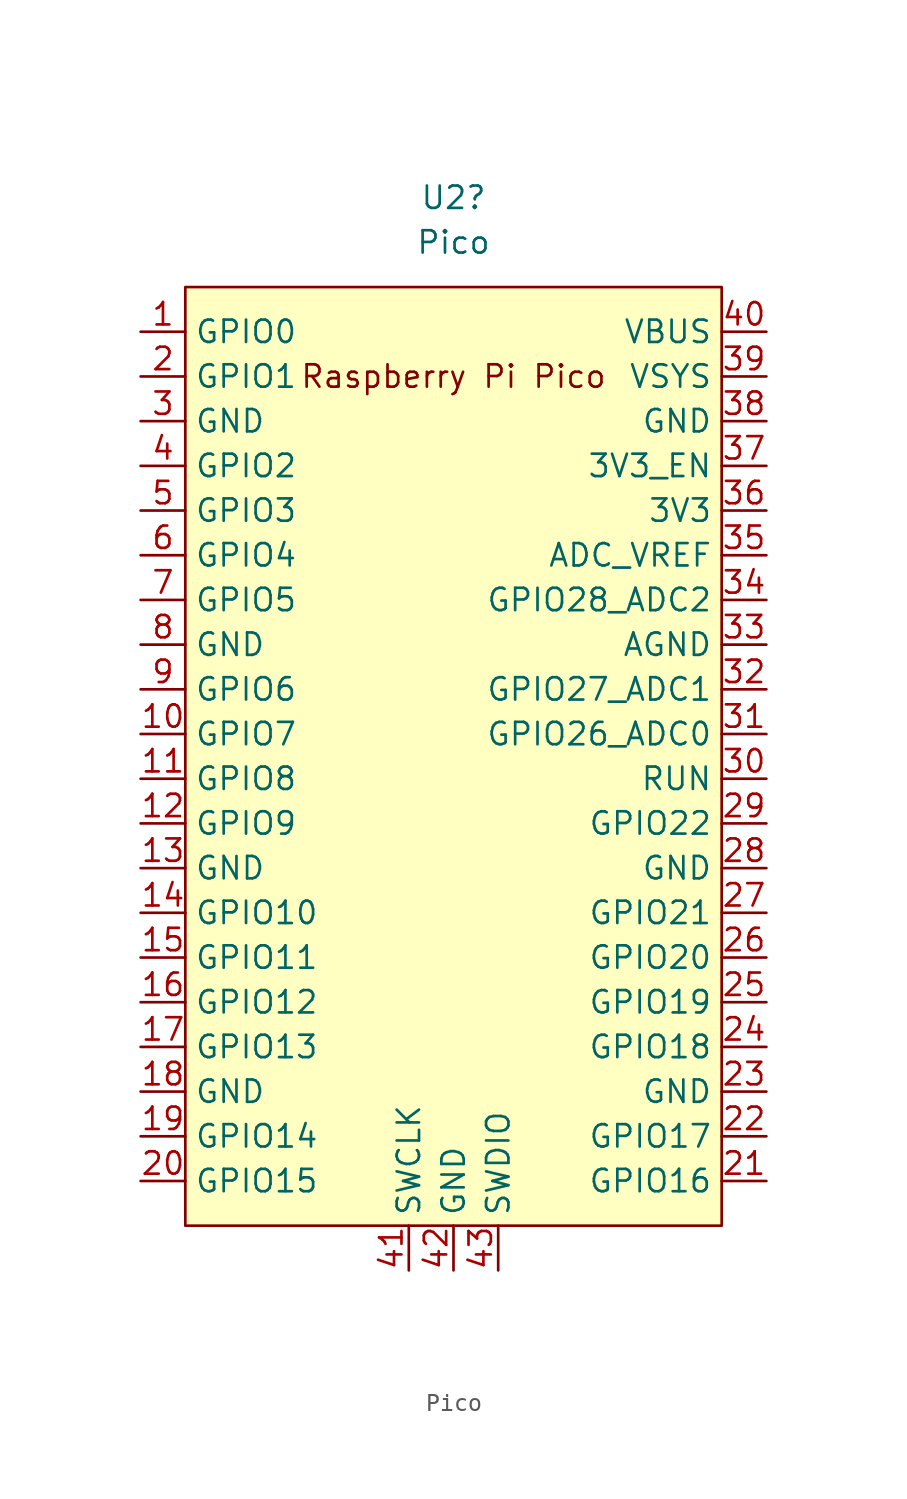
<source format=kicad_sym>
(kicad_symbol_lib
  (version 20211014)
  (generator kicad_symbol_editor)
  (symbol "Pico"
    (property "Reference" "U2"
      (at 0 31.75 0)
      (effects (font (size 1.27 1.27))))
    (property "Value" "Pico"
      (at 0 29.21 0)
      (effects (font (size 1.27 1.27))))
    (symbol "Pico_0_0"
      (text "Raspberry Pi Pico" (at 0 21.59 0) (effects (font (size 1.27 1.27)))))
    (symbol "Pico_0_1"
      (rectangle (start -15.24 26.67) (end 15.24 -26.67) (stroke (width 0) (type default) (color 0 0 0 0)) (fill (type background))))
    (symbol "Pico_1_1"
      (pin bidirectional line (at -17.78 24.13 0) (length 2.54) (name "GPIO0" (effects (font (size 1.27 1.27)))) (number "1" (effects (font (size 1.27 1.27)))))
      (pin bidirectional line (at -17.78 1.27 0) (length 2.54) (name "GPIO7" (effects (font (size 1.27 1.27)))) (number "10" (effects (font (size 1.27 1.27)))))
      (pin bidirectional line (at -17.78 -1.27 0) (length 2.54) (name "GPIO8" (effects (font (size 1.27 1.27)))) (number "11" (effects (font (size 1.27 1.27)))) (alternate "SPI1 RX" input line))
      (pin bidirectional line (at -17.78 -3.81 0) (length 2.54) (name "GPIO9" (effects (font (size 1.27 1.27)))) (number "12" (effects (font (size 1.27 1.27)))) (alternate "SPI1 CSn" output line))
      (pin power_in line (at -17.78 -6.35 0) (length 2.54) (name "GND" (effects (font (size 1.27 1.27)))) (number "13" (effects (font (size 1.27 1.27)))))
      (pin bidirectional line (at -17.78 -8.89 0) (length 2.54) (name "GPIO10" (effects (font (size 1.27 1.27)))) (number "14" (effects (font (size 1.27 1.27)))) (alternate "SPI1 SCK" output line))
      (pin bidirectional line (at -17.78 -11.43 0) (length 2.54) (name "GPIO11" (effects (font (size 1.27 1.27)))) (number "15" (effects (font (size 1.27 1.27)))) (alternate "SPI1 TX" output line))
      (pin bidirectional line (at -17.78 -13.97 0) (length 2.54) (name "GPIO12" (effects (font (size 1.27 1.27)))) (number "16" (effects (font (size 1.27 1.27)))))
      (pin bidirectional line (at -17.78 -16.51 0) (length 2.54) (name "GPIO13" (effects (font (size 1.27 1.27)))) (number "17" (effects (font (size 1.27 1.27)))))
      (pin power_in line (at -17.78 -19.05 0) (length 2.54) (name "GND" (effects (font (size 1.27 1.27)))) (number "18" (effects (font (size 1.27 1.27)))))
      (pin bidirectional line (at -17.78 -21.59 0) (length 2.54) (name "GPIO14" (effects (font (size 1.27 1.27)))) (number "19" (effects (font (size 1.27 1.27)))))
      (pin bidirectional line (at -17.78 21.59 0) (length 2.54) (name "GPIO1" (effects (font (size 1.27 1.27)))) (number "2" (effects (font (size 1.27 1.27)))))
      (pin bidirectional line (at -17.78 -24.13 0) (length 2.54) (name "GPIO15" (effects (font (size 1.27 1.27)))) (number "20" (effects (font (size 1.27 1.27)))))
      (pin bidirectional line (at 17.78 -24.13 180) (length 2.54) (name "GPIO16" (effects (font (size 1.27 1.27)))) (number "21" (effects (font (size 1.27 1.27)))))
      (pin bidirectional line (at 17.78 -21.59 180) (length 2.54) (name "GPIO17" (effects (font (size 1.27 1.27)))) (number "22" (effects (font (size 1.27 1.27)))))
      (pin power_in line (at 17.78 -19.05 180) (length 2.54) (name "GND" (effects (font (size 1.27 1.27)))) (number "23" (effects (font (size 1.27 1.27)))))
      (pin bidirectional line (at 17.78 -16.51 180) (length 2.54) (name "GPIO18" (effects (font (size 1.27 1.27)))) (number "24" (effects (font (size 1.27 1.27)))))
      (pin bidirectional line (at 17.78 -13.97 180) (length 2.54) (name "GPIO19" (effects (font (size 1.27 1.27)))) (number "25" (effects (font (size 1.27 1.27)))))
      (pin bidirectional line (at 17.78 -11.43 180) (length 2.54) (name "GPIO20" (effects (font (size 1.27 1.27)))) (number "26" (effects (font (size 1.27 1.27)))))
      (pin bidirectional line (at 17.78 -8.89 180) (length 2.54) (name "GPIO21" (effects (font (size 1.27 1.27)))) (number "27" (effects (font (size 1.27 1.27)))))
      (pin power_in line (at 17.78 -6.35 180) (length 2.54) (name "GND" (effects (font (size 1.27 1.27)))) (number "28" (effects (font (size 1.27 1.27)))))
      (pin bidirectional line (at 17.78 -3.81 180) (length 2.54) (name "GPIO22" (effects (font (size 1.27 1.27)))) (number "29" (effects (font (size 1.27 1.27)))))
      (pin power_in line (at -17.78 19.05 0) (length 2.54) (name "GND" (effects (font (size 1.27 1.27)))) (number "3" (effects (font (size 1.27 1.27)))))
      (pin input line (at 17.78 -1.27 180) (length 2.54) (name "RUN" (effects (font (size 1.27 1.27)))) (number "30" (effects (font (size 1.27 1.27)))))
      (pin bidirectional line (at 17.78 1.27 180) (length 2.54) (name "GPIO26_ADC0" (effects (font (size 1.27 1.27)))) (number "31" (effects (font (size 1.27 1.27)))))
      (pin bidirectional line (at 17.78 3.81 180) (length 2.54) (name "GPIO27_ADC1" (effects (font (size 1.27 1.27)))) (number "32" (effects (font (size 1.27 1.27)))))
      (pin power_in line (at 17.78 6.35 180) (length 2.54) (name "AGND" (effects (font (size 1.27 1.27)))) (number "33" (effects (font (size 1.27 1.27)))))
      (pin bidirectional line (at 17.78 8.89 180) (length 2.54) (name "GPIO28_ADC2" (effects (font (size 1.27 1.27)))) (number "34" (effects (font (size 1.27 1.27)))))
      (pin power_in line (at 17.78 11.43 180) (length 2.54) (name "ADC_VREF" (effects (font (size 1.27 1.27)))) (number "35" (effects (font (size 1.27 1.27)))))
      (pin power_in line (at 17.78 13.97 180) (length 2.54) (name "3V3" (effects (font (size 1.27 1.27)))) (number "36" (effects (font (size 1.27 1.27)))))
      (pin input line (at 17.78 16.51 180) (length 2.54) (name "3V3_EN" (effects (font (size 1.27 1.27)))) (number "37" (effects (font (size 1.27 1.27)))))
      (pin bidirectional line (at 17.78 19.05 180) (length 2.54) (name "GND" (effects (font (size 1.27 1.27)))) (number "38" (effects (font (size 1.27 1.27)))))
      (pin power_in line (at 17.78 21.59 180) (length 2.54) (name "VSYS" (effects (font (size 1.27 1.27)))) (number "39" (effects (font (size 1.27 1.27)))))
      (pin bidirectional line (at -17.78 16.51 0) (length 2.54) (name "GPIO2" (effects (font (size 1.27 1.27)))) (number "4" (effects (font (size 1.27 1.27)))) (alternate "SPI0 SCK" output line))
      (pin power_in line (at 17.78 24.13 180) (length 2.54) (name "VBUS" (effects (font (size 1.27 1.27)))) (number "40" (effects (font (size 1.27 1.27)))))
      (pin input line (at -2.54 -29.21 90) (length 2.54) (name "SWCLK" (effects (font (size 1.27 1.27)))) (number "41" (effects (font (size 1.27 1.27)))))
      (pin power_in line (at 0 -29.21 90) (length 2.54) (name "GND" (effects (font (size 1.27 1.27)))) (number "42" (effects (font (size 1.27 1.27)))))
      (pin bidirectional line (at 2.54 -29.21 90) (length 2.54) (name "SWDIO" (effects (font (size 1.27 1.27)))) (number "43" (effects (font (size 1.27 1.27)))))
      (pin bidirectional line (at -17.78 13.97 0) (length 2.54) (name "GPIO3" (effects (font (size 1.27 1.27)))) (number "5" (effects (font (size 1.27 1.27)))) (alternate "SPI0 TX" output line))
      (pin bidirectional line (at -17.78 11.43 0) (length 2.54) (name "GPIO4" (effects (font (size 1.27 1.27)))) (number "6" (effects (font (size 1.27 1.27)))) (alternate "SPI0 RX" input line))
      (pin bidirectional line (at -17.78 8.89 0) (length 2.54) (name "GPIO5" (effects (font (size 1.27 1.27)))) (number "7" (effects (font (size 1.27 1.27)))))
      (pin power_in line (at -17.78 6.35 0) (length 2.54) (name "GND" (effects (font (size 1.27 1.27)))) (number "8" (effects (font (size 1.27 1.27)))))
      (pin bidirectional line (at -17.78 3.81 0) (length 2.54) (name "GPIO6" (effects (font (size 1.27 1.27)))) (number "9" (effects (font (size 1.27 1.27))))))))
</source>
